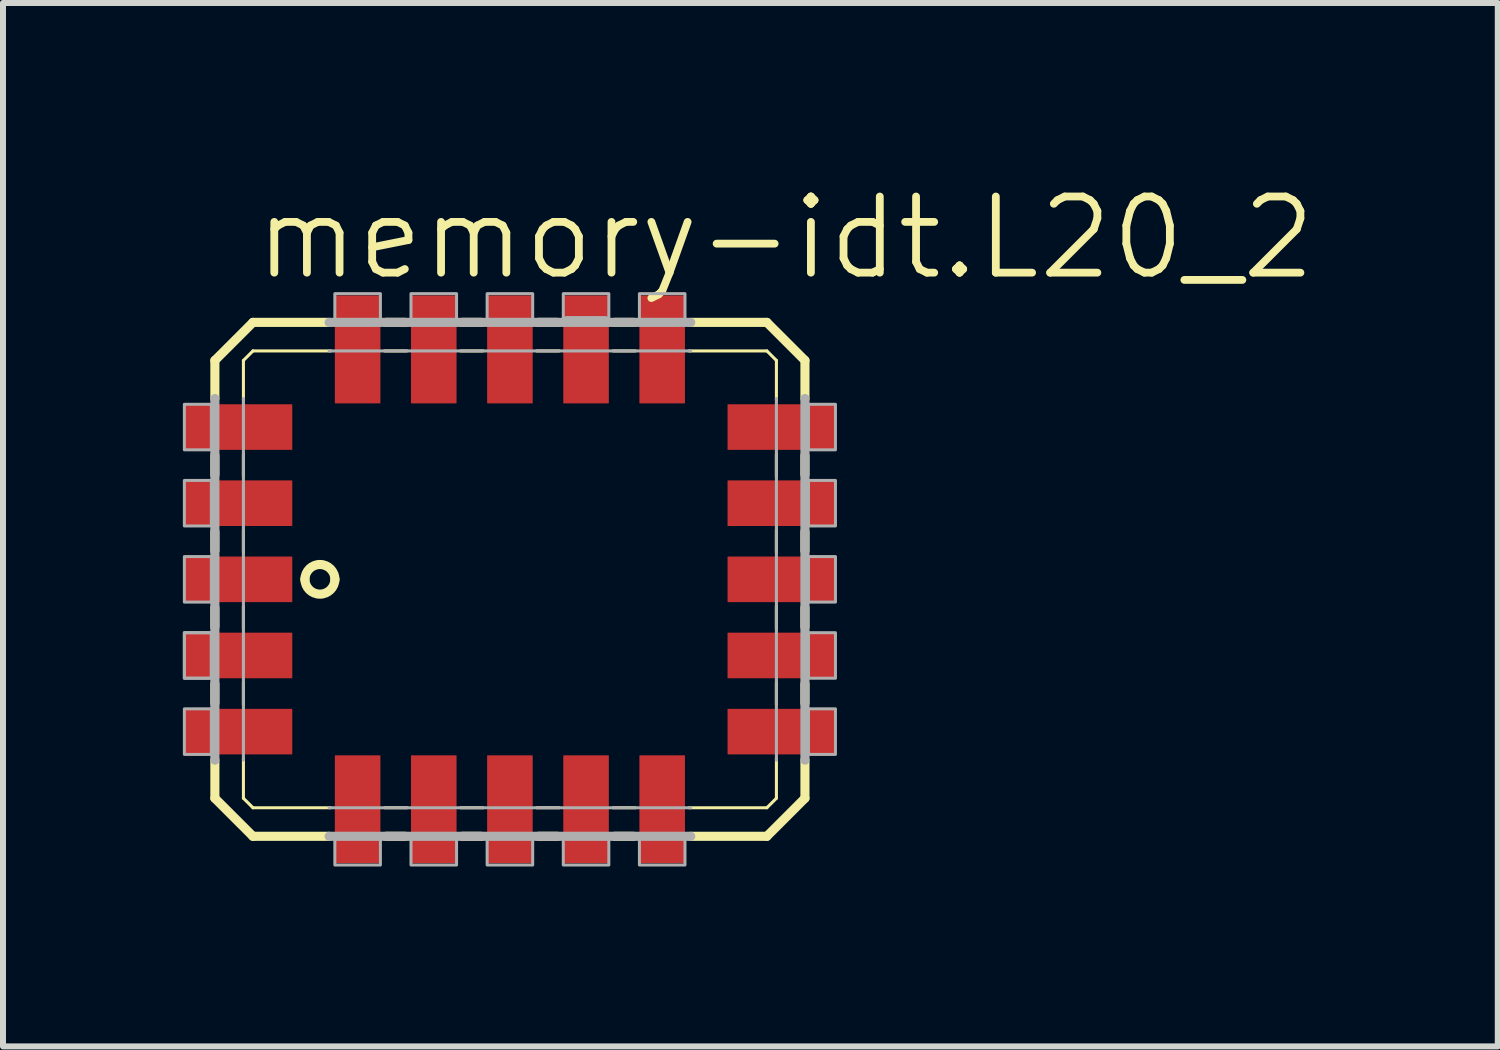
<source format=kicad_pcb>
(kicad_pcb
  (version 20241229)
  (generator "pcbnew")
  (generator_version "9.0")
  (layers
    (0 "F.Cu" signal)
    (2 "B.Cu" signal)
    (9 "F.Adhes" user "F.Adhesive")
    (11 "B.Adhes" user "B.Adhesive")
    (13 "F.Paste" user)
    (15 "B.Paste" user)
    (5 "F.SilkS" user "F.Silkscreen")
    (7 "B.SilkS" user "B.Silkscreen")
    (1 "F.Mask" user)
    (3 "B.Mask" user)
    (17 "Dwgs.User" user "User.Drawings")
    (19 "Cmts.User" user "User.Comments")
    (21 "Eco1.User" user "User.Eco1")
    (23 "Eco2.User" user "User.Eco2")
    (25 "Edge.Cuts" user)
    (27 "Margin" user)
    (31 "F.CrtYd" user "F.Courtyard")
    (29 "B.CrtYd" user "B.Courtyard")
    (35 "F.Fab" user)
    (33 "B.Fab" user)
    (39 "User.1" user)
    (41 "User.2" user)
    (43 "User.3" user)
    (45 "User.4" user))
  (footprint "memory-idt.L20_2"
    (layer "F.Cu")
    (at 5.455 5.978)
    (property "Reference" "memory-idt.L20_2" (at -4.318 -4.318 0) (layer "F.SilkS") (effects (font (size 1.27 1.27) (thickness 0.13)) (justify left bottom)))
    (attr smd)
    (fp_line (start -4.921 -3.016) (end -4.921 -2.381) (stroke (width 0.152) (type default)) (layer "F.SilkS"))
    (fp_line (start -4.921 -1.429) (end -4.921 -1.111) (stroke (width 0.152) (type default)) (layer "F.SilkS"))
    (fp_line (start -4.921 -0.159) (end -4.921 0.159) (stroke (width 0.152) (type default)) (layer "F.SilkS"))
    (fp_line (start -4.921 1.111) (end -4.921 1.429) (stroke (width 0.152) (type default)) (layer "F.SilkS"))
    (fp_line (start -4.921 2.381) (end -4.921 2.699) (stroke (width 0.152) (type default)) (layer "F.SilkS"))
    (fp_line (start -4.921 3.651) (end -4.921 4.286) (stroke (width 0.152) (type default)) (layer "F.SilkS"))
    (fp_line (start -4.921 4.286) (end -4.286 4.921) (stroke (width 0.152) (type default)) (layer "F.SilkS"))
    (fp_line (start -4.445 -3.016) (end -4.286 -3.175) (stroke (width 0.051) (type default)) (layer "F.SilkS"))
    (fp_line (start -4.445 -2.353) (end -4.445 -3.016) (stroke (width 0.051) (type default)) (layer "F.SilkS"))
    (fp_line (start -4.445 -1.083) (end -4.445 -1.457) (stroke (width 0.051) (type default)) (layer "F.SilkS"))
    (fp_line (start -4.445 0.187) (end -4.445 -0.187) (stroke (width 0.051) (type default)) (layer "F.SilkS"))
    (fp_line (start -4.445 1.457) (end -4.445 1.083) (stroke (width 0.051) (type default)) (layer "F.SilkS"))
    (fp_line (start -4.445 2.727) (end -4.445 2.353) (stroke (width 0.051) (type default)) (layer "F.SilkS"))
    (fp_line (start -4.445 4.286) (end -4.445 3.623) (stroke (width 0.051) (type default)) (layer "F.SilkS"))
    (fp_line (start -4.286 -3.651) (end -4.921 -3.016) (stroke (width 0.152) (type default)) (layer "F.SilkS"))
    (fp_line (start -4.286 -3.175) (end -2.988 -3.175) (stroke (width 0.051) (type default)) (layer "F.SilkS"))
    (fp_line (start -4.286 4.445) (end -4.445 4.286) (stroke (width 0.051) (type default)) (layer "F.SilkS"))
    (fp_line (start -4.286 4.921) (end -3.016 4.921) (stroke (width 0.152) (type default)) (layer "F.SilkS"))
    (fp_line (start -3.016 -3.651) (end -4.286 -3.651) (stroke (width 0.152) (type default)) (layer "F.SilkS"))
    (fp_line (start -2.991 4.445) (end -4.286 4.445) (stroke (width 0.051) (type default)) (layer "F.SilkS"))
    (fp_line (start -2.092 -3.175) (end -1.718 -3.175) (stroke (width 0.051) (type default)) (layer "F.SilkS"))
    (fp_line (start -2.064 4.921) (end -1.746 4.921) (stroke (width 0.152) (type default)) (layer "F.SilkS"))
    (fp_line (start -1.746 -3.651) (end -2.064 -3.651) (stroke (width 0.152) (type default)) (layer "F.SilkS"))
    (fp_line (start -1.718 4.445) (end -2.092 4.445) (stroke (width 0.051) (type default)) (layer "F.SilkS"))
    (fp_line (start -0.822 -3.175) (end -0.448 -3.175) (stroke (width 0.051) (type default)) (layer "F.SilkS"))
    (fp_line (start -0.794 4.921) (end -0.476 4.921) (stroke (width 0.152) (type default)) (layer "F.SilkS"))
    (fp_line (start -0.476 -3.651) (end -0.794 -3.651) (stroke (width 0.152) (type default)) (layer "F.SilkS"))
    (fp_line (start -0.448 4.445) (end -0.822 4.445) (stroke (width 0.051) (type default)) (layer "F.SilkS"))
    (fp_line (start 0.448 -3.175) (end 0.822 -3.175) (stroke (width 0.051) (type default)) (layer "F.SilkS"))
    (fp_line (start 0.476 4.921) (end 0.794 4.921) (stroke (width 0.152) (type default)) (layer "F.SilkS"))
    (fp_line (start 0.794 -3.651) (end 0.476 -3.651) (stroke (width 0.152) (type default)) (layer "F.SilkS"))
    (fp_line (start 0.822 4.445) (end 0.448 4.445) (stroke (width 0.051) (type default)) (layer "F.SilkS"))
    (fp_line (start 1.718 -3.175) (end 2.092 -3.175) (stroke (width 0.051) (type default)) (layer "F.SilkS"))
    (fp_line (start 1.746 4.921) (end 2.064 4.921) (stroke (width 0.152) (type default)) (layer "F.SilkS"))
    (fp_line (start 2.064 -3.651) (end 1.746 -3.651) (stroke (width 0.152) (type default)) (layer "F.SilkS"))
    (fp_line (start 2.092 4.445) (end 1.718 4.445) (stroke (width 0.051) (type default)) (layer "F.SilkS"))
    (fp_line (start 2.988 -3.175) (end 4.286 -3.175) (stroke (width 0.051) (type default)) (layer "F.SilkS"))
    (fp_line (start 3.016 4.921) (end 4.286 4.921) (stroke (width 0.152) (type default)) (layer "F.SilkS"))
    (fp_line (start 4.286 -3.651) (end 3.016 -3.651) (stroke (width 0.152) (type default)) (layer "F.SilkS"))
    (fp_line (start 4.286 -3.175) (end 4.445 -3.016) (stroke (width 0.051) (type default)) (layer "F.SilkS"))
    (fp_line (start 4.286 4.445) (end 2.988 4.445) (stroke (width 0.051) (type default)) (layer "F.SilkS"))
    (fp_line (start 4.286 4.921) (end 4.921 4.286) (stroke (width 0.152) (type default)) (layer "F.SilkS"))
    (fp_line (start 4.445 -3.016) (end 4.445 -2.353) (stroke (width 0.051) (type default)) (layer "F.SilkS"))
    (fp_line (start 4.445 -1.457) (end 4.445 -1.083) (stroke (width 0.051) (type default)) (layer "F.SilkS"))
    (fp_line (start 4.445 -0.187) (end 4.445 0.187) (stroke (width 0.051) (type default)) (layer "F.SilkS"))
    (fp_line (start 4.445 1.083) (end 4.445 1.457) (stroke (width 0.051) (type default)) (layer "F.SilkS"))
    (fp_line (start 4.445 2.353) (end 4.445 2.727) (stroke (width 0.051) (type default)) (layer "F.SilkS"))
    (fp_line (start 4.445 3.623) (end 4.445 4.286) (stroke (width 0.051) (type default)) (layer "F.SilkS"))
    (fp_line (start 4.445 4.286) (end 4.286 4.445) (stroke (width 0.051) (type default)) (layer "F.SilkS"))
    (fp_line (start 4.921 -3.016) (end 4.286 -3.651) (stroke (width 0.152) (type default)) (layer "F.SilkS"))
    (fp_line (start 4.921 -2.381) (end 4.921 -3.016) (stroke (width 0.152) (type default)) (layer "F.SilkS"))
    (fp_line (start 4.921 -1.111) (end 4.921 -1.429) (stroke (width 0.152) (type default)) (layer "F.SilkS"))
    (fp_line (start 4.921 0.159) (end 4.921 -0.159) (stroke (width 0.152) (type default)) (layer "F.SilkS"))
    (fp_line (start 4.921 1.429) (end 4.921 1.111) (stroke (width 0.152) (type default)) (layer "F.SilkS"))
    (fp_line (start 4.921 2.699) (end 4.921 2.381) (stroke (width 0.152) (type default)) (layer "F.SilkS"))
    (fp_line (start 4.921 4.286) (end 4.921 3.651) (stroke (width 0.152) (type default)) (layer "F.SilkS"))
    (fp_arc (start -3.419 0.636) (mid -3.1675 0.3875) (end -2.919 0.639) (stroke (width 0.1524) (type default)) (layer "F.SilkS"))
    (fp_arc (start -2.919 0.633) (mid -3.17 0.882) (end -3.419 0.631) (stroke (width 0.1524) (type default)) (layer "F.SilkS"))
    (fp_line (start -4.921 -2.381) (end -4.921 3.651) (stroke (width 0.152) (type default)) (layer "F.Fab"))
    (fp_line (start -4.445 3.651) (end -4.445 -2.381) (stroke (width 0.051) (type default)) (layer "F.Fab"))
    (fp_line (start -3.016 -3.175) (end 3.016 -3.175) (stroke (width 0.051) (type default)) (layer "F.Fab"))
    (fp_line (start -3.016 4.921) (end 3.016 4.921) (stroke (width 0.152) (type default)) (layer "F.Fab"))
    (fp_line (start 0.95 -3.68) (end 1.59 -3.68) (stroke (width 0.152) (type default)) (layer "F.Fab"))
    (fp_line (start 3.016 -3.651) (end -3.016 -3.651) (stroke (width 0.152) (type default)) (layer "F.Fab"))
    (fp_line (start 3.016 4.445) (end -3.016 4.445) (stroke (width 0.051) (type default)) (layer "F.Fab"))
    (fp_line (start 4.445 -2.381) (end 4.445 3.651) (stroke (width 0.051) (type default)) (layer "F.Fab"))
    (fp_line (start 4.921 3.651) (end 4.921 -2.381) (stroke (width 0.152) (type default)) (layer "F.Fab"))
    (fp_rect (start -5.43 -1.525) (end -4.98 -2.285) (stroke (width 0.05) (type default)) (fill no) (layer "F.Fab"))
    (fp_rect (start -5.43 -0.255) (end -4.98 -1.015) (stroke (width 0.05) (type default)) (fill no) (layer "F.Fab"))
    (fp_rect (start -5.43 1.015) (end -4.98 0.255) (stroke (width 0.05) (type default)) (fill no) (layer "F.Fab"))
    (fp_rect (start -5.43 2.285) (end -4.98 1.525) (stroke (width 0.05) (type default)) (fill no) (layer "F.Fab"))
    (fp_rect (start -5.43 2.285) (end -4.98 1.525) (stroke (width 0.05) (type default)) (fill no) (layer "F.Fab"))
    (fp_rect (start -5.43 3.555) (end -4.98 2.795) (stroke (width 0.05) (type default)) (fill no) (layer "F.Fab"))
    (fp_rect (start -2.92 -3.68) (end -2.16 -4.13) (stroke (width 0.05) (type default)) (fill no) (layer "F.Fab"))
    (fp_rect (start -2.92 5.4) (end -2.16 4.95) (stroke (width 0.05) (type default)) (fill no) (layer "F.Fab"))
    (fp_rect (start -1.65 -3.68) (end -0.89 -4.13) (stroke (width 0.05) (type default)) (fill no) (layer "F.Fab"))
    (fp_rect (start -1.65 5.4) (end -0.89 4.95) (stroke (width 0.05) (type default)) (fill no) (layer "F.Fab"))
    (fp_rect (start -0.38 -3.68) (end 0.38 -4.13) (stroke (width 0.05) (type default)) (fill no) (layer "F.Fab"))
    (fp_rect (start -0.38 5.4) (end 0.38 4.95) (stroke (width 0.05) (type default)) (fill no) (layer "F.Fab"))
    (fp_rect (start 0.89 -3.68) (end 1.65 -4.13) (stroke (width 0.05) (type default)) (fill no) (layer "F.Fab"))
    (fp_rect (start 0.89 5.4) (end 1.65 4.95) (stroke (width 0.05) (type default)) (fill no) (layer "F.Fab"))
    (fp_rect (start 2.16 -3.68) (end 2.92 -4.13) (stroke (width 0.05) (type default)) (fill no) (layer "F.Fab"))
    (fp_rect (start 2.16 5.4) (end 2.92 4.95) (stroke (width 0.05) (type default)) (fill no) (layer "F.Fab"))
    (fp_rect (start 4.98 -1.525) (end 5.43 -2.285) (stroke (width 0.05) (type default)) (fill no) (layer "F.Fab"))
    (fp_rect (start 4.98 -0.255) (end 5.43 -1.015) (stroke (width 0.05) (type default)) (fill no) (layer "F.Fab"))
    (fp_rect (start 4.98 1.015) (end 5.43 0.255) (stroke (width 0.05) (type default)) (fill no) (layer "F.Fab"))
    (fp_rect (start 4.98 2.285) (end 5.43 1.525) (stroke (width 0.05) (type default)) (fill no) (layer "F.Fab"))
    (fp_rect (start 4.98 3.555) (end 5.43 2.795) (stroke (width 0.05) (type default)) (fill no) (layer "F.Fab"))
    (pad "1" smd roundrect (at -4.53 0.635) (size 1.8 0.76) (layers "F.Cu" "F.Mask" "F.Paste") (roundrect_rratio 0.01))
    (pad "2" smd roundrect (at -4.53 1.905) (size 1.8 0.76) (layers "F.Cu" "F.Mask" "F.Paste") (roundrect_rratio 0.01))
    (pad "3" smd roundrect (at -4.53 3.175) (size 1.8 0.76) (layers "F.Cu" "F.Mask" "F.Paste") (roundrect_rratio 0.01))
    (pad "4" smd roundrect (at -2.54 4.47) (size 0.76 1.8) (layers "F.Cu" "F.Mask" "F.Paste") (roundrect_rratio 0.01))
    (pad "5" smd roundrect (at -1.27 4.47) (size 0.76 1.8) (layers "F.Cu" "F.Mask" "F.Paste") (roundrect_rratio 0.01))
    (pad "6" smd roundrect (at 0 4.47) (size 0.76 1.8) (layers "F.Cu" "F.Mask" "F.Paste") (roundrect_rratio 0.01))
    (pad "7" smd roundrect (at 1.27 4.47) (size 0.76 1.8) (layers "F.Cu" "F.Mask" "F.Paste") (roundrect_rratio 0.01))
    (pad "8" smd roundrect (at 2.54 4.47) (size 0.76 1.8) (layers "F.Cu" "F.Mask" "F.Paste") (roundrect_rratio 0.01))
    (pad "9" smd roundrect (at 4.53 3.175) (size 1.8 0.76) (layers "F.Cu" "F.Mask" "F.Paste") (roundrect_rratio 0.01))
    (pad "10" smd roundrect (at 4.53 1.905) (size 1.8 0.76) (layers "F.Cu" "F.Mask" "F.Paste") (roundrect_rratio 0.01))
    (pad "11" smd roundrect (at 4.53 0.635) (size 1.8 0.76) (layers "F.Cu" "F.Mask" "F.Paste") (roundrect_rratio 0.01))
    (pad "12" smd roundrect (at 4.53 -0.635) (size 1.8 0.76) (layers "F.Cu" "F.Mask" "F.Paste") (roundrect_rratio 0.01))
    (pad "13" smd roundrect (at 4.53 -1.905) (size 1.8 0.76) (layers "F.Cu" "F.Mask" "F.Paste") (roundrect_rratio 0.01))
    (pad "14" smd roundrect (at 2.54 -3.2) (size 0.76 1.8) (layers "F.Cu" "F.Mask" "F.Paste") (roundrect_rratio 0.01))
    (pad "15" smd roundrect (at 1.27 -3.2) (size 0.76 1.8) (layers "F.Cu" "F.Mask" "F.Paste") (roundrect_rratio 0.01))
    (pad "16" smd roundrect (at 0 -3.2) (size 0.76 1.8) (layers "F.Cu" "F.Mask" "F.Paste") (roundrect_rratio 0.01))
    (pad "17" smd roundrect (at -1.27 -3.2) (size 0.76 1.8) (layers "F.Cu" "F.Mask" "F.Paste") (roundrect_rratio 0.01))
    (pad "18" smd roundrect (at -2.54 -3.2) (size 0.76 1.8) (layers "F.Cu" "F.Mask" "F.Paste") (roundrect_rratio 0.01))
    (pad "19" smd roundrect (at -4.53 -1.905) (size 1.8 0.76) (layers "F.Cu" "F.Mask" "F.Paste") (roundrect_rratio 0.01))
    (pad "20" smd roundrect (at -4.53 -0.635) (size 1.8 0.76) (layers "F.Cu" "F.Mask" "F.Paste") (roundrect_rratio 0.01)))
  (gr_rect
    (start -3 -3)
    (end 21.932 14.403)
    (stroke (width 0.1) (type default))
    (fill no)
    (layer "Edge.Cuts")))
</source>
